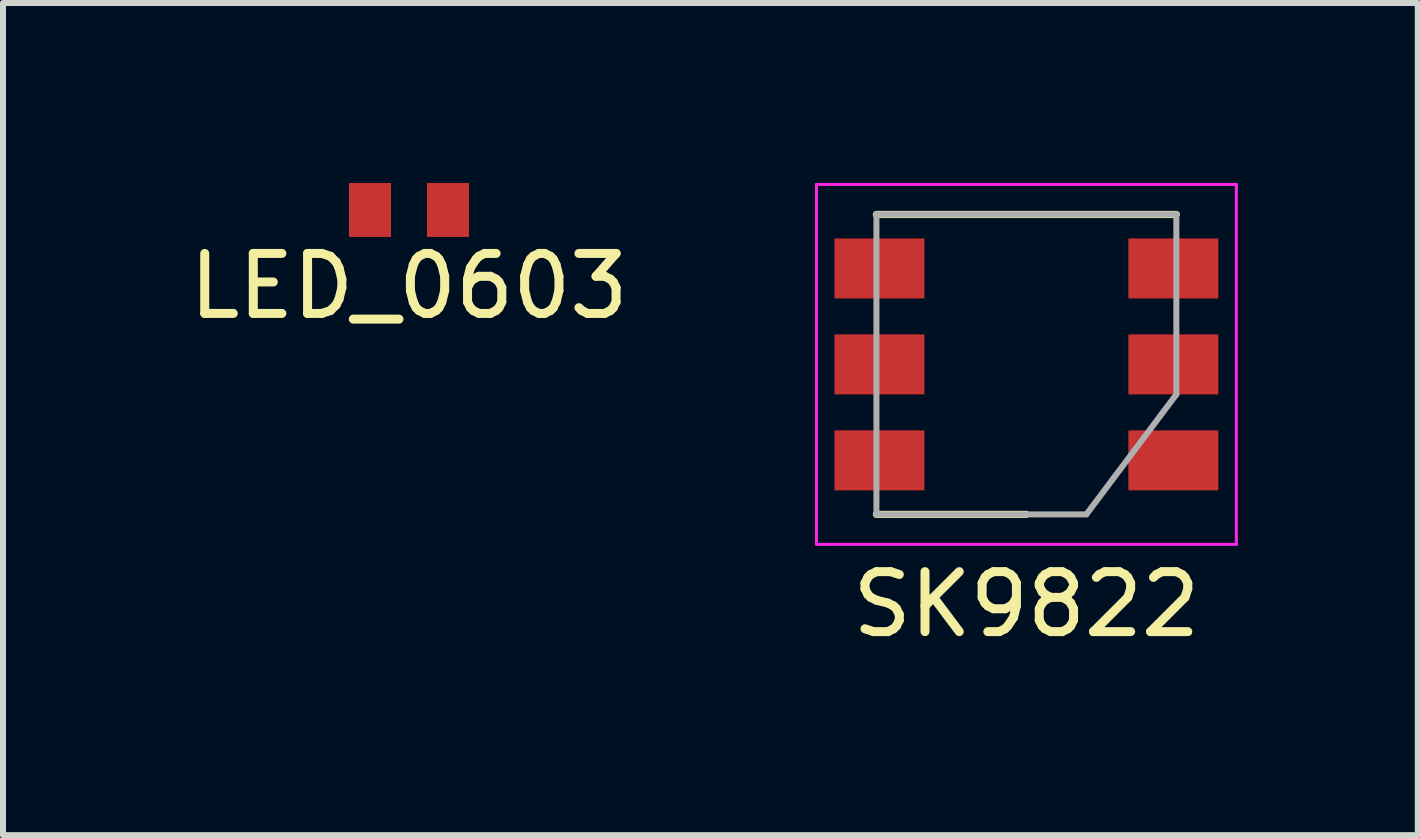
<source format=kicad_pcb>
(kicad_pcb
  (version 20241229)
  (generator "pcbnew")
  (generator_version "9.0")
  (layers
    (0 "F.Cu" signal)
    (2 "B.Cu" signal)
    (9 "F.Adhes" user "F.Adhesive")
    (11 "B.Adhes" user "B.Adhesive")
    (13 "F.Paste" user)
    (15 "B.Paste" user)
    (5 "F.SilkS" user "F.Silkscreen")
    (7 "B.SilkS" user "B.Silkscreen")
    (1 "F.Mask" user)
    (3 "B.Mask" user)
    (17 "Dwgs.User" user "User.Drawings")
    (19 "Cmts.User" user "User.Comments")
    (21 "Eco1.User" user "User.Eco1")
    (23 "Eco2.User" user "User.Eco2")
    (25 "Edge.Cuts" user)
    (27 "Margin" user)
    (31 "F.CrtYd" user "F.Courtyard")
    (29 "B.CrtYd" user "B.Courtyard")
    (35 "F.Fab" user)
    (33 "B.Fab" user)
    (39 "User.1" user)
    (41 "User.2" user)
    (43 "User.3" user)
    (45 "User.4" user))
  (footprint "SK9822"
    (layer "F.Cu")
    (at 14.061 3.025)
    (property "Reference" "SK9822" (at 0 4 0) (layer "F.SilkS") (effects (font (size 1 1) (thickness 0.15))))
    (attr through_hole)
    (fp_line (start -2.5 -2.5) (end 2.5 -2.5) (stroke (width 0.12) (type solid)) (layer "F.SilkS"))
    (fp_line (start -2.5 2.5) (end 0 2.5) (stroke (width 0.12) (type solid)) (layer "F.SilkS"))
    (fp_line (start -3.5 -3) (end 3.5 -3) (stroke (width 0.05) (type solid)) (layer "F.CrtYd"))
    (fp_line (start -3.5 3) (end -3.5 -3) (stroke (width 0.05) (type solid)) (layer "F.CrtYd"))
    (fp_line (start 3.5 -3) (end 3.5 3) (stroke (width 0.05) (type solid)) (layer "F.CrtYd"))
    (fp_line (start 3.5 3) (end -3.5 3) (stroke (width 0.05) (type solid)) (layer "F.CrtYd"))
    (fp_line (start -2.5 -2.5) (end 2.5 -2.5) (stroke (width 0.1) (type solid)) (layer "F.Fab"))
    (fp_line (start -2.5 2.5) (end -2.5 -2.5) (stroke (width 0.1) (type solid)) (layer "F.Fab"))
    (fp_line (start 1 2.5) (end -2.5 2.5) (stroke (width 0.1) (type solid)) (layer "F.Fab"))
    (fp_line (start 2.5 -2.5) (end 2.5 0.5) (stroke (width 0.1) (type solid)) (layer "F.Fab"))
    (fp_line (start 2.5 0.5) (end 1 2.5) (stroke (width 0.1) (type solid)) (layer "F.Fab"))
    (pad "1" smd rect (at 2.45 1.6) (size 1.5 1) (layers "F.Cu" "F.Mask" "F.Paste"))
    (pad "2" smd rect (at 2.45 0) (size 1.5 1) (layers "F.Cu" "F.Mask" "F.Paste"))
    (pad "3" smd rect (at 2.45 -1.6) (size 1.5 1) (layers "F.Cu" "F.Mask" "F.Paste"))
    (pad "4" smd rect (at -2.45 -1.6) (size 1.5 1) (layers "F.Cu" "F.Mask" "F.Paste"))
    (pad "5" smd rect (at -2.45 0) (size 1.5 1) (layers "F.Cu" "F.Mask" "F.Paste"))
    (pad "6" smd rect (at -2.45 1.6) (size 1.5 1) (layers "F.Cu" "F.Mask" "F.Paste")))
  (footprint "LED_0603"
    (layer "F.Cu")
    (at 3.768 0.45)
    (property "Reference" "LED_0603" (at 0 1.27 0) (layer "F.SilkS") (effects (font (size 1 1) (thickness 0.15))))
    (attr through_hole)
    (pad "1" smd rect (at -0.65 0) (size 0.7 0.9) (layers "F.Cu" "F.Mask" "F.Paste"))
    (pad "2" smd rect (at 0.65 0) (size 0.7 0.9) (layers "F.Cu" "F.Mask" "F.Paste")))
  (gr_rect
    (start -3 -3)
    (end 20.586 10.873)
    (stroke (width 0.1) (type default))
    (fill no)
    (layer "Edge.Cuts")))
</source>
